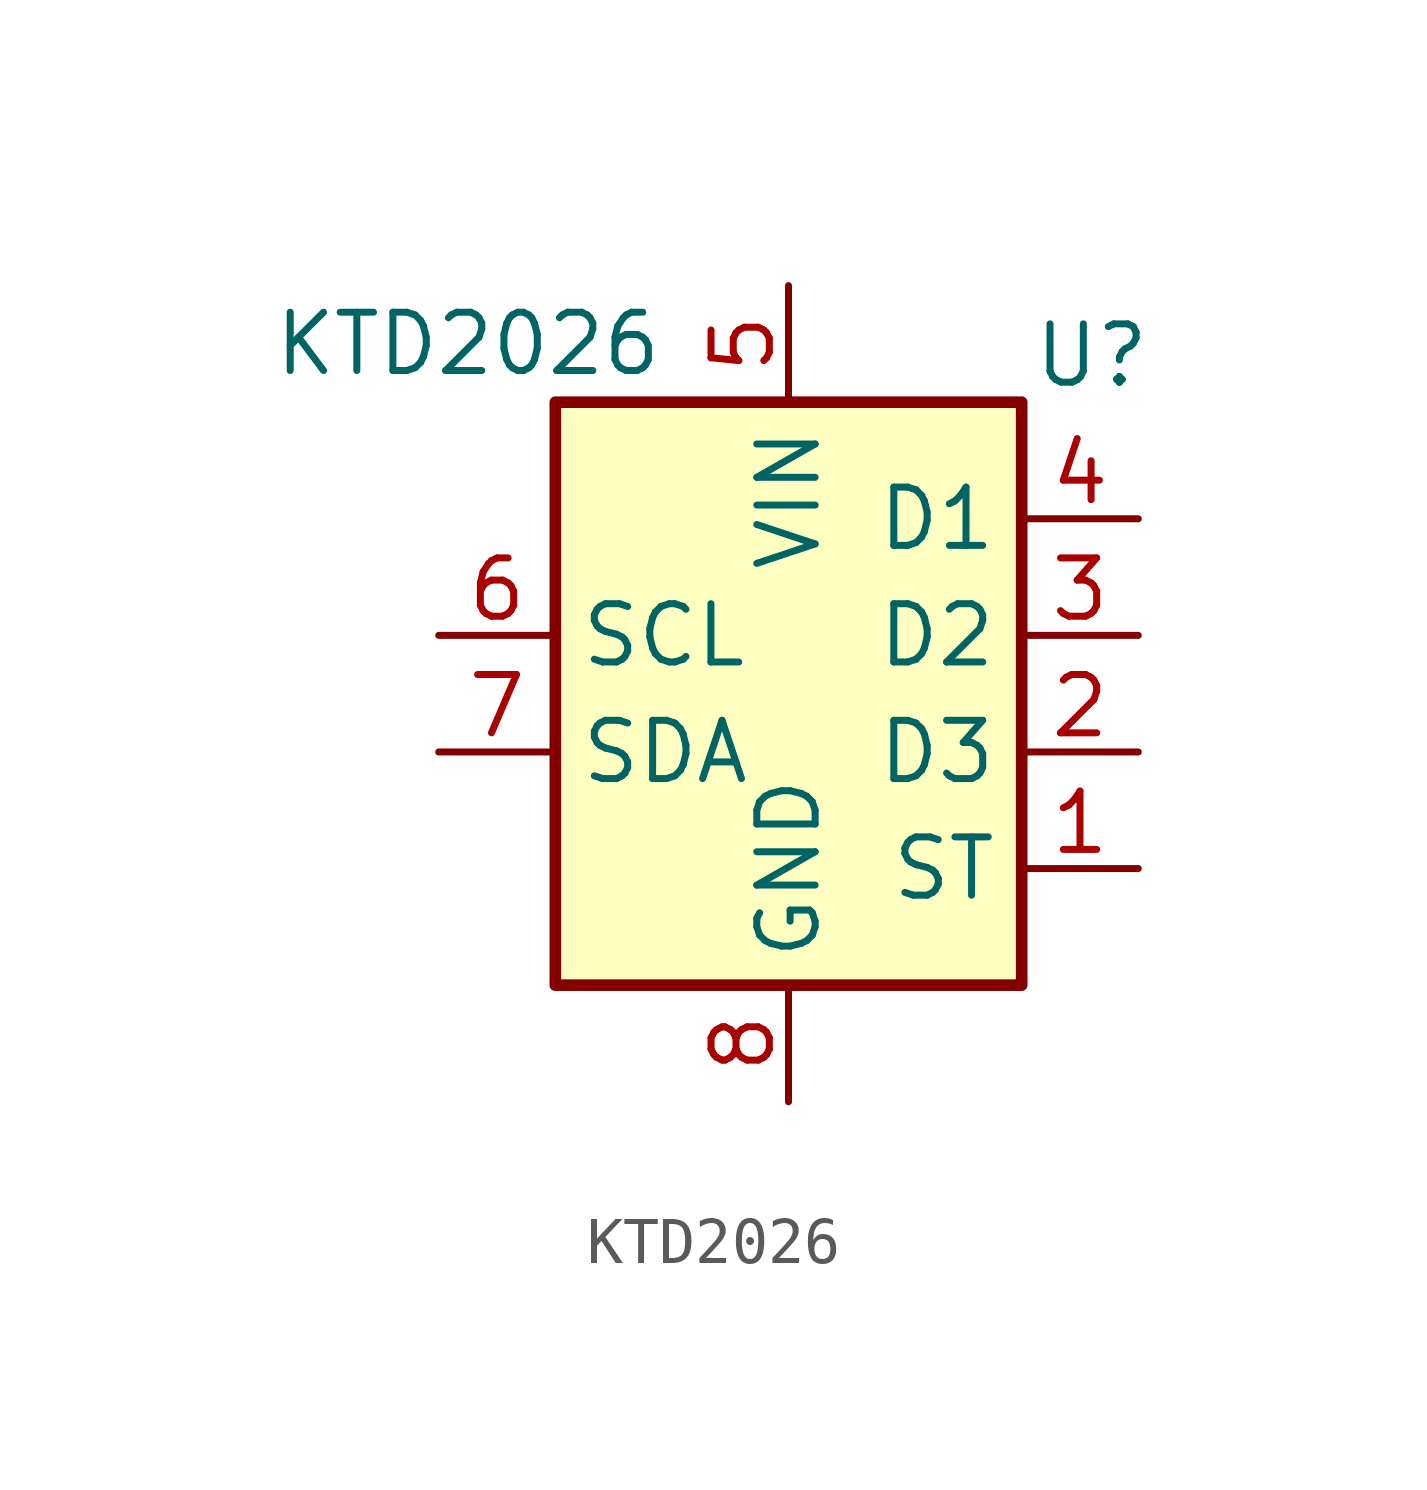
<source format=kicad_sym>
(kicad_symbol_lib
  (version 20231120)
  (generator "kicad_symbol_editor")
  (generator_version "8.0")
  (symbol "KTD2026"
    (property "Reference" "U"
      (at 6.604 8.636 0)
      (effects (font (size 1.27 1.27))))
    (property "Value" "KTD2026"
      (at -6.985 8.89 0)
      (effects (font (size 1.27 1.27))))
    (symbol "KTD2026_1_1"
      (rectangle (start -5.08 7.62) (end 5.08 -5.08) (stroke (width 0.254) (type default)) (fill (type background)))
      (pin open_collector line (at 7.62 -2.54 180) (length 2.54) (name "ST" (effects (font (size 1.27 1.27)))) (number "1" (effects (font (size 1.27 1.27)))))
      (pin output line (at 7.62 0 180) (length 2.54) (name "D3" (effects (font (size 1.27 1.27)))) (number "2" (effects (font (size 1.27 1.27)))))
      (pin output line (at 7.62 2.54 180) (length 2.54) (name "D2" (effects (font (size 1.27 1.27)))) (number "3" (effects (font (size 1.27 1.27)))))
      (pin output line (at 7.62 5.08 180) (length 2.54) (name "D1" (effects (font (size 1.27 1.27)))) (number "4" (effects (font (size 1.27 1.27)))))
      (pin power_in line (at 0 10.16 270) (length 2.54) (name "VIN" (effects (font (size 1.27 1.27)))) (number "5" (effects (font (size 1.27 1.27)))))
      (pin input line (at -7.62 2.54 0) (length 2.54) (name "SCL" (effects (font (size 1.27 1.27)))) (number "6" (effects (font (size 1.27 1.27)))))
      (pin bidirectional line (at -7.62 0 0) (length 2.54) (name "SDA" (effects (font (size 1.27 1.27)))) (number "7" (effects (font (size 1.27 1.27)))))
      (pin power_in line (at 0 -7.62 90) (length 2.54) (name "GND" (effects (font (size 1.27 1.27)))) (number "8" (effects (font (size 1.27 1.27)))))
      (pin passive line (at 0 -7.62 90) (length 2.54) hide (name "GND" (effects (font (size 1.27 1.27)))) (number "9" (effects (font (size 1.27 1.27))))))))
</source>
